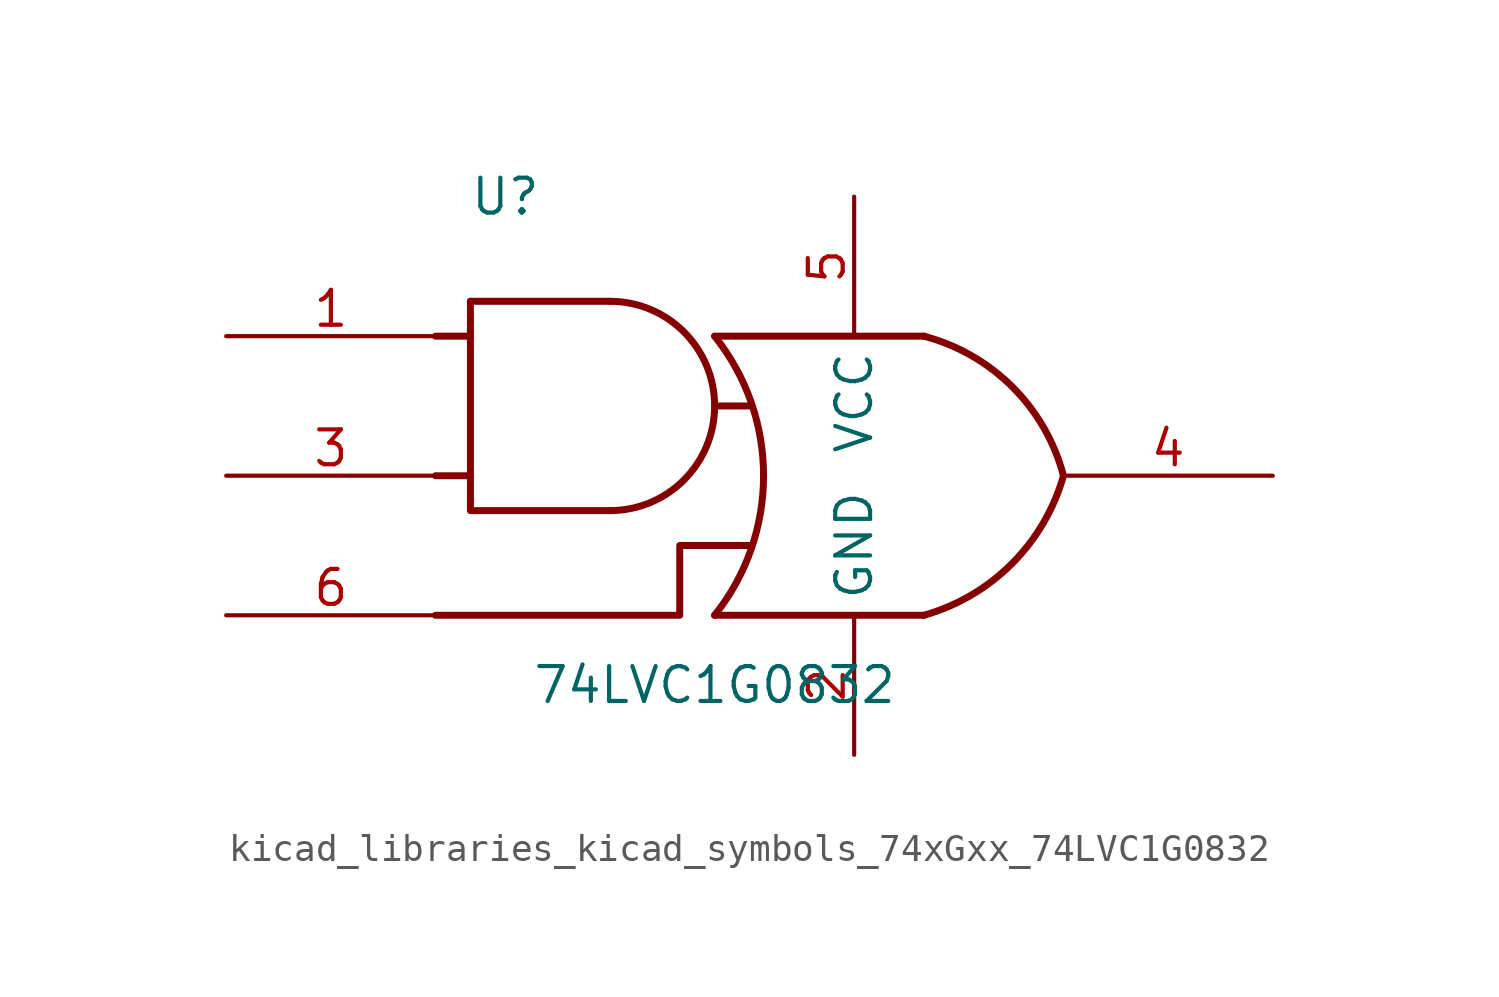
<source format=kicad_sym>
(kicad_symbol_lib
  (version 20220914)
  (generator kicad_symbol_editor)
  (symbol "kicad_libraries_kicad_symbols_74xGxx_74LVC1G0832"
    (property "Reference" "U"
      (at -7.62 10.16 0)
      (effects (font (size 1.27 1.27))))
    (property "Value" "74LVC1G0832"
      (at 0 -7.62 0)
      (effects (font (size 1.27 1.27))))
    (symbol "kicad_libraries_kicad_symbols_74xGxx_74LVC1G0832_0_1"
      (arc (start -3.81 -1.27) (mid -0.0166 2.54) (end -3.81 6.35) (stroke (width 0.254) (type default)) (fill (type none)))
      (arc (start 0 -5.08) (mid 1.782 0) (end 0 5.08) (stroke (width 0.254) (type default)) (fill (type none)))
      (polyline (pts (xy -10.16 0) (xy -8.89 0)) (stroke (width 0.254) (type default)) (fill (type background)))
      (polyline (pts (xy -10.16 5.08) (xy -8.89 5.08)) (stroke (width 0.254) (type default)) (fill (type background)))
      (polyline (pts (xy -8.89 6.35) (xy -3.81 6.35)) (stroke (width 0.254) (type default)) (fill (type background)))
      (polyline (pts (xy 0 -2.54) (xy 1.27 -2.54)) (stroke (width 0.254) (type default)) (fill (type background)))
      (polyline (pts (xy 0 2.54) (xy 1.27 2.54)) (stroke (width 0.254) (type default)) (fill (type background)))
      (polyline (pts (xy 7.62 -5.08) (xy 0 -5.08)) (stroke (width 0.254) (type default)) (fill (type background)))
      (polyline (pts (xy 7.62 5.08) (xy 0 5.08)) (stroke (width 0.254) (type default)) (fill (type background)))
      (polyline (pts (xy -8.89 6.35) (xy -8.89 -1.27) (xy -3.81 -1.27)) (stroke (width 0.254) (type default)) (fill (type none)))
      (polyline (pts (xy 0 -2.54) (xy -1.27 -2.54) (xy -1.27 -3.81) (xy -1.27 -5.08) (xy -10.16 -5.08)) (stroke (width 0.254) (type default)) (fill (type none)))
      (arc (start 7.62 -5.08) (mid 10.8186 -3.2054) (end 12.7 0) (stroke (width 0.254) (type default)) (fill (type none)))
      (arc (start 12.7 0) (mid 10.8438 3.2304) (end 7.62 5.08) (stroke (width 0.254) (type default)) (fill (type none))))
    (symbol "kicad_libraries_kicad_symbols_74xGxx_74LVC1G0832_1_1"
      (pin input line (at -17.78 5.08 0) (length 7.62) (name "~" (effects (font (size 1.27 1.27)))) (number "1" (effects (font (size 1.27 1.27)))))
      (pin power_in line (at 5.08 -10.16 90) (length 5.08) (name "GND" (effects (font (size 1.27 1.27)))) (number "2" (effects (font (size 1.27 1.27)))))
      (pin input line (at -17.78 0 0) (length 7.62) (name "~" (effects (font (size 1.27 1.27)))) (number "3" (effects (font (size 1.27 1.27)))))
      (pin output line (at 20.32 0 180) (length 7.62) (name "~" (effects (font (size 1.27 1.27)))) (number "4" (effects (font (size 1.27 1.27)))))
      (pin power_in line (at 5.08 10.16 270) (length 5.08) (name "VCC" (effects (font (size 1.27 1.27)))) (number "5" (effects (font (size 1.27 1.27)))))
      (pin input line (at -17.78 -5.08 0) (length 7.62) (name "~" (effects (font (size 1.27 1.27)))) (number "6" (effects (font (size 1.27 1.27))))))))
</source>
